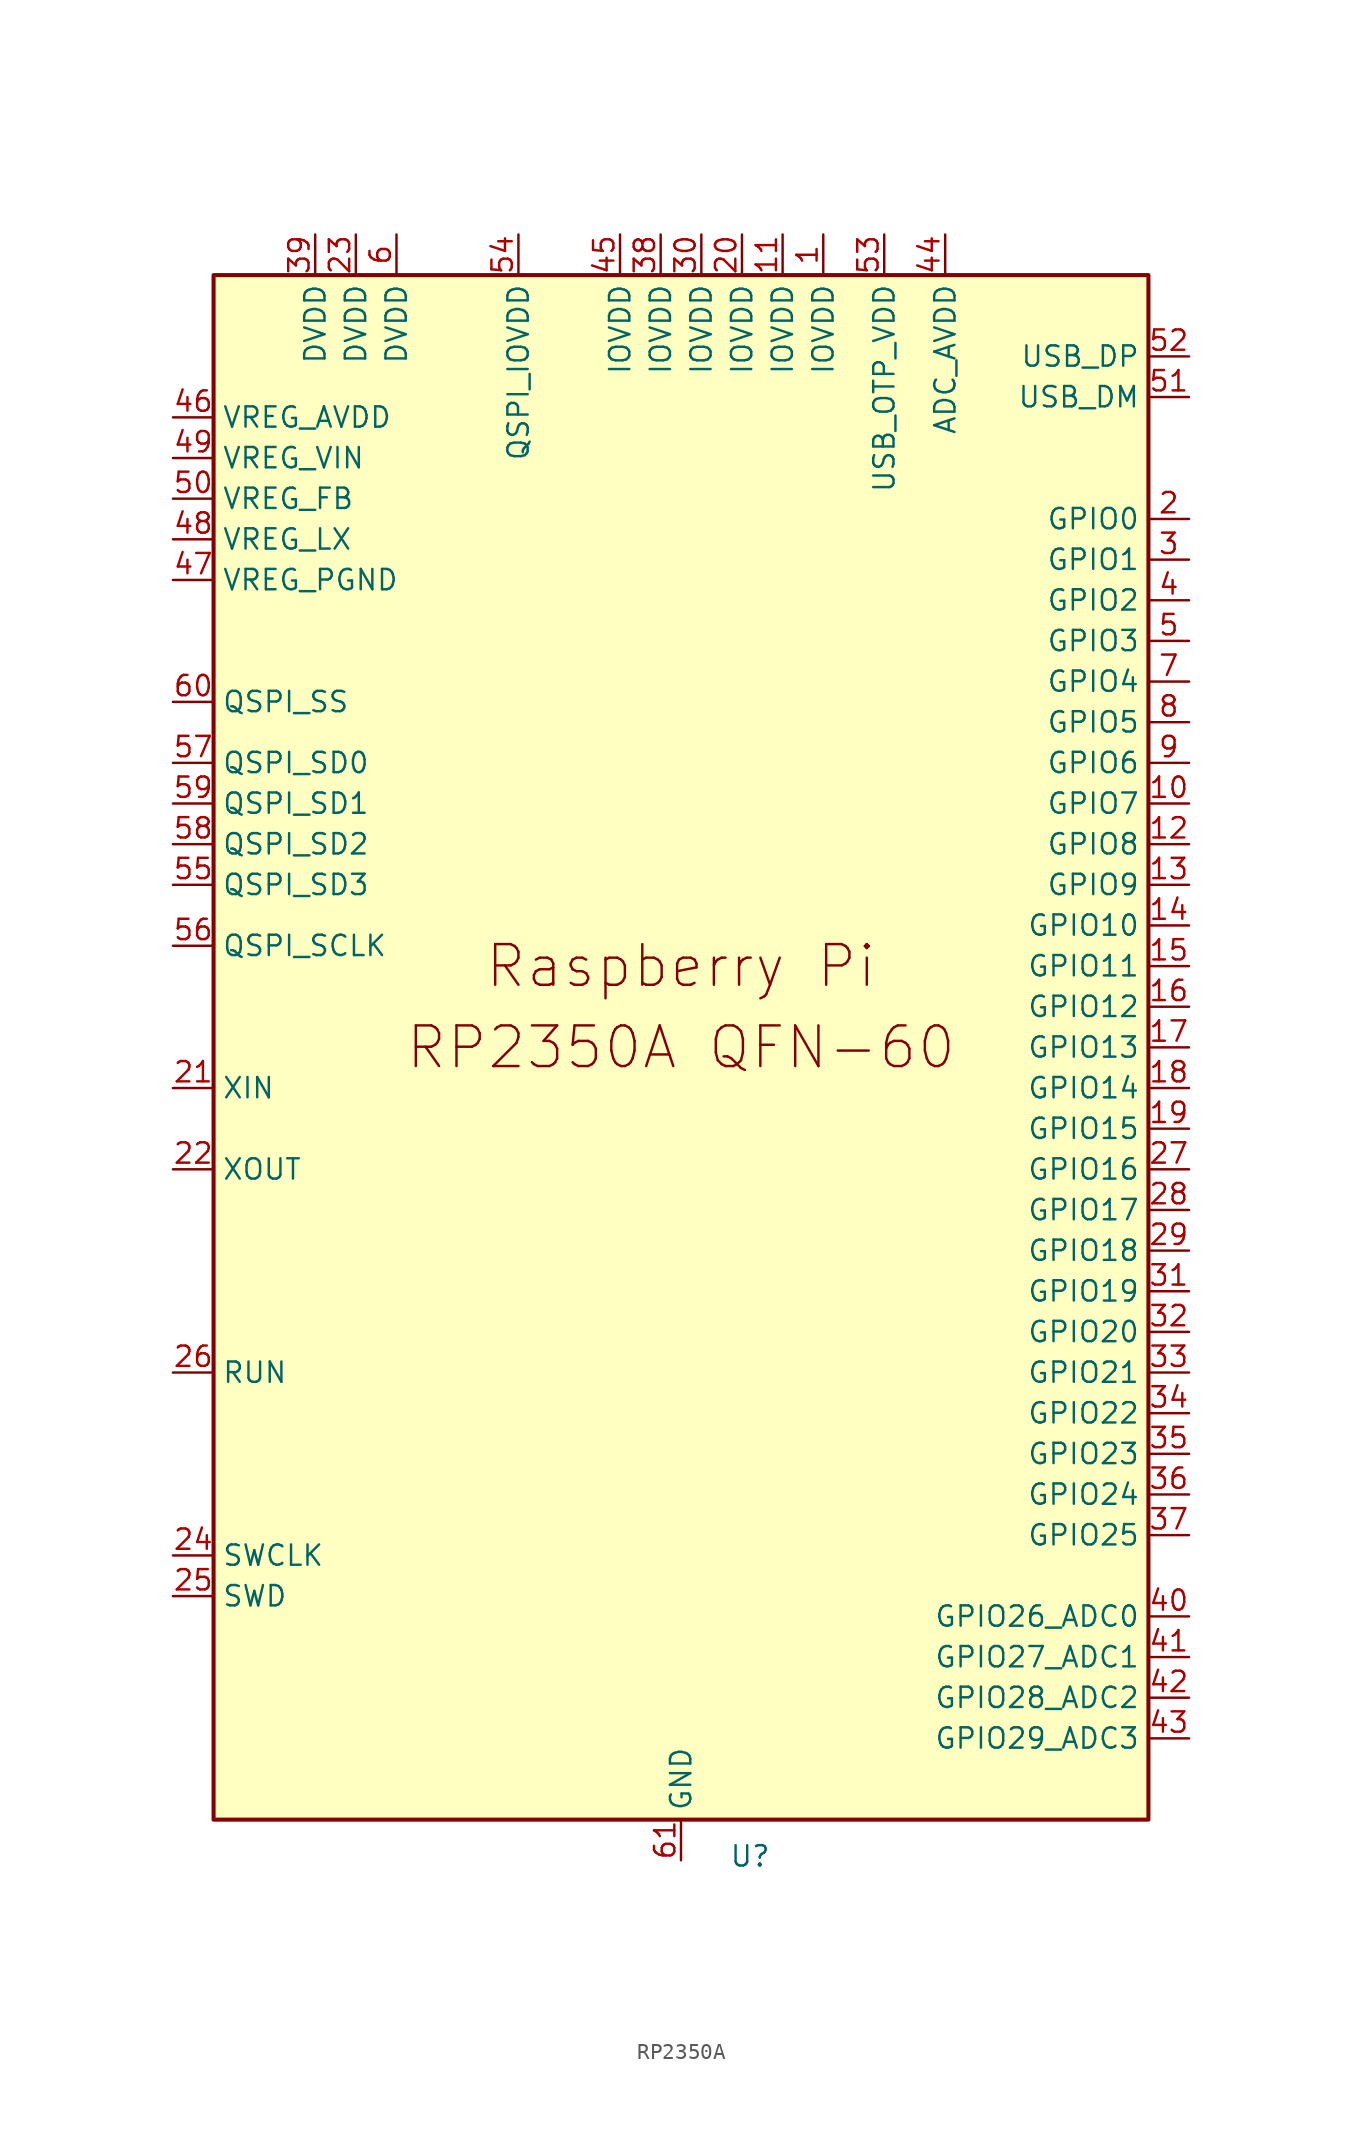
<source format=kicad_sym>
(kicad_symbol_lib
  (version 20241209)
  (generator "kicad_symbol_editor")
  (generator_version "9.0")
  (symbol "RP2350A"
    (property "Reference" "U"
      (at 4.318 -50.546 0)
      (effects (font (size 1.27 1.27))))
    (property "Value" ""
      (at 0 0 0)
      (effects (font (size 1.27 1.27))))
    (symbol "RP2350A_0_0"
      (text "Raspberry Pi" (at 0 5.08 0) (effects (font (size 2.54 2.54)))))
    (symbol "RP2350A_0_1"
      (rectangle (start 29.21 48.26) (end -29.21 -48.26) (stroke (width 0.254) (type default)) (fill (type background))))
    (symbol "RP2350A_1_0"
      (text "RP2350A QFN-60" (at 0 0 0) (effects (font (size 2.54 2.54)))))
    (symbol "RP2350A_1_1"
      (pin power_in line (at -31.75 39.37 0) (length 2.54) (name "VREG_AVDD" (effects (font (size 1.27 1.27)))) (number "46" (effects (font (size 1.27 1.27)))))
      (pin power_in line (at -31.75 36.83 0) (length 2.54) (name "VREG_VIN" (effects (font (size 1.27 1.27)))) (number "49" (effects (font (size 1.27 1.27)))))
      (pin input line (at -31.75 34.29 0) (length 2.54) (name "VREG_FB" (effects (font (size 1.27 1.27)))) (number "50" (effects (font (size 1.27 1.27)))))
      (pin power_out line (at -31.75 31.75 0) (length 2.54) (name "VREG_LX" (effects (font (size 1.27 1.27)))) (number "48" (effects (font (size 1.27 1.27)))))
      (pin power_in line (at -31.75 29.21 0) (length 2.54) (name "VREG_PGND" (effects (font (size 1.27 1.27)))) (number "47" (effects (font (size 1.27 1.27)))))
      (pin bidirectional line (at -31.75 21.59 0) (length 2.54) (name "QSPI_SS" (effects (font (size 1.27 1.27)))) (number "60" (effects (font (size 1.27 1.27)))))
      (pin bidirectional line (at -31.75 17.78 0) (length 2.54) (name "QSPI_SD0" (effects (font (size 1.27 1.27)))) (number "57" (effects (font (size 1.27 1.27)))))
      (pin bidirectional line (at -31.75 15.24 0) (length 2.54) (name "QSPI_SD1" (effects (font (size 1.27 1.27)))) (number "59" (effects (font (size 1.27 1.27)))))
      (pin bidirectional line (at -31.75 12.7 0) (length 2.54) (name "QSPI_SD2" (effects (font (size 1.27 1.27)))) (number "58" (effects (font (size 1.27 1.27)))))
      (pin bidirectional line (at -31.75 10.16 0) (length 2.54) (name "QSPI_SD3" (effects (font (size 1.27 1.27)))) (number "55" (effects (font (size 1.27 1.27)))))
      (pin output line (at -31.75 6.35 0) (length 2.54) (name "QSPI_SCLK" (effects (font (size 1.27 1.27)))) (number "56" (effects (font (size 1.27 1.27)))))
      (pin input line (at -31.75 -2.54 0) (length 2.54) (name "XIN" (effects (font (size 1.27 1.27)))) (number "21" (effects (font (size 1.27 1.27)))))
      (pin passive line (at -31.75 -7.62 0) (length 2.54) (name "XOUT" (effects (font (size 1.27 1.27)))) (number "22" (effects (font (size 1.27 1.27)))))
      (pin input line (at -31.75 -20.32 0) (length 2.54) (name "RUN" (effects (font (size 1.27 1.27)))) (number "26" (effects (font (size 1.27 1.27)))))
      (pin output line (at -31.75 -31.75 0) (length 2.54) (name "SWCLK" (effects (font (size 1.27 1.27)))) (number "24" (effects (font (size 1.27 1.27)))))
      (pin bidirectional line (at -31.75 -34.29 0) (length 2.54) (name "SWD" (effects (font (size 1.27 1.27)))) (number "25" (effects (font (size 1.27 1.27)))))
      (pin power_in line (at -22.86 50.8 270) (length 2.54) (name "DVDD" (effects (font (size 1.27 1.27)))) (number "39" (effects (font (size 1.27 1.27)))))
      (pin power_in line (at -20.32 50.8 270) (length 2.54) (name "DVDD" (effects (font (size 1.27 1.27)))) (number "23" (effects (font (size 1.27 1.27)))))
      (pin power_in line (at -17.78 50.8 270) (length 2.54) (name "DVDD" (effects (font (size 1.27 1.27)))) (number "6" (effects (font (size 1.27 1.27)))))
      (pin power_in line (at -10.16 50.8 270) (length 2.54) (name "QSPI_IOVDD" (effects (font (size 1.27 1.27)))) (number "54" (effects (font (size 1.27 1.27)))))
      (pin power_in line (at -3.81 50.8 270) (length 2.54) (name "IOVDD" (effects (font (size 1.27 1.27)))) (number "45" (effects (font (size 1.27 1.27)))))
      (pin power_in line (at -1.27 50.8 270) (length 2.54) (name "IOVDD" (effects (font (size 1.27 1.27)))) (number "38" (effects (font (size 1.27 1.27)))))
      (pin power_in line (at 0 -50.8 90) (length 2.54) (name "GND" (effects (font (size 1.27 1.27)))) (number "61" (effects (font (size 1.27 1.27)))))
      (pin power_in line (at 1.27 50.8 270) (length 2.54) (name "IOVDD" (effects (font (size 1.27 1.27)))) (number "30" (effects (font (size 1.27 1.27)))))
      (pin power_in line (at 3.81 50.8 270) (length 2.54) (name "IOVDD" (effects (font (size 1.27 1.27)))) (number "20" (effects (font (size 1.27 1.27)))))
      (pin power_in line (at 6.35 50.8 270) (length 2.54) (name "IOVDD" (effects (font (size 1.27 1.27)))) (number "11" (effects (font (size 1.27 1.27)))))
      (pin power_in line (at 8.89 50.8 270) (length 2.54) (name "IOVDD" (effects (font (size 1.27 1.27)))) (number "1" (effects (font (size 1.27 1.27)))))
      (pin power_in line (at 12.7 50.8 270) (length 2.54) (name "USB_OTP_VDD" (effects (font (size 1.27 1.27)))) (number "53" (effects (font (size 1.27 1.27)))))
      (pin power_in line (at 16.51 50.8 270) (length 2.54) (name "ADC_AVDD" (effects (font (size 1.27 1.27)))) (number "44" (effects (font (size 1.27 1.27)))))
      (pin bidirectional line (at 31.75 43.18 180) (length 2.54) (name "USB_DP" (effects (font (size 1.27 1.27)))) (number "52" (effects (font (size 1.27 1.27)))))
      (pin bidirectional line (at 31.75 40.64 180) (length 2.54) (name "USB_DM" (effects (font (size 1.27 1.27)))) (number "51" (effects (font (size 1.27 1.27)))))
      (pin bidirectional line (at 31.75 33.02 180) (length 2.54) (name "GPIO0" (effects (font (size 1.27 1.27)))) (number "2" (effects (font (size 1.27 1.27)))))
      (pin bidirectional line (at 31.75 30.48 180) (length 2.54) (name "GPIO1" (effects (font (size 1.27 1.27)))) (number "3" (effects (font (size 1.27 1.27)))))
      (pin bidirectional line (at 31.75 27.94 180) (length 2.54) (name "GPIO2" (effects (font (size 1.27 1.27)))) (number "4" (effects (font (size 1.27 1.27)))))
      (pin bidirectional line (at 31.75 25.4 180) (length 2.54) (name "GPIO3" (effects (font (size 1.27 1.27)))) (number "5" (effects (font (size 1.27 1.27)))))
      (pin bidirectional line (at 31.75 22.86 180) (length 2.54) (name "GPIO4" (effects (font (size 1.27 1.27)))) (number "7" (effects (font (size 1.27 1.27)))))
      (pin bidirectional line (at 31.75 20.32 180) (length 2.54) (name "GPIO5" (effects (font (size 1.27 1.27)))) (number "8" (effects (font (size 1.27 1.27)))))
      (pin bidirectional line (at 31.75 17.78 180) (length 2.54) (name "GPIO6" (effects (font (size 1.27 1.27)))) (number "9" (effects (font (size 1.27 1.27)))))
      (pin bidirectional line (at 31.75 15.24 180) (length 2.54) (name "GPIO7" (effects (font (size 1.27 1.27)))) (number "10" (effects (font (size 1.27 1.27)))))
      (pin bidirectional line (at 31.75 12.7 180) (length 2.54) (name "GPIO8" (effects (font (size 1.27 1.27)))) (number "12" (effects (font (size 1.27 1.27)))))
      (pin bidirectional line (at 31.75 10.16 180) (length 2.54) (name "GPIO9" (effects (font (size 1.27 1.27)))) (number "13" (effects (font (size 1.27 1.27)))))
      (pin bidirectional line (at 31.75 7.62 180) (length 2.54) (name "GPIO10" (effects (font (size 1.27 1.27)))) (number "14" (effects (font (size 1.27 1.27)))))
      (pin bidirectional line (at 31.75 5.08 180) (length 2.54) (name "GPIO11" (effects (font (size 1.27 1.27)))) (number "15" (effects (font (size 1.27 1.27)))))
      (pin bidirectional line (at 31.75 2.54 180) (length 2.54) (name "GPIO12" (effects (font (size 1.27 1.27)))) (number "16" (effects (font (size 1.27 1.27)))))
      (pin bidirectional line (at 31.75 0 180) (length 2.54) (name "GPIO13" (effects (font (size 1.27 1.27)))) (number "17" (effects (font (size 1.27 1.27)))))
      (pin bidirectional line (at 31.75 -2.54 180) (length 2.54) (name "GPIO14" (effects (font (size 1.27 1.27)))) (number "18" (effects (font (size 1.27 1.27)))))
      (pin bidirectional line (at 31.75 -5.08 180) (length 2.54) (name "GPIO15" (effects (font (size 1.27 1.27)))) (number "19" (effects (font (size 1.27 1.27)))))
      (pin bidirectional line (at 31.75 -7.62 180) (length 2.54) (name "GPIO16" (effects (font (size 1.27 1.27)))) (number "27" (effects (font (size 1.27 1.27)))))
      (pin bidirectional line (at 31.75 -10.16 180) (length 2.54) (name "GPIO17" (effects (font (size 1.27 1.27)))) (number "28" (effects (font (size 1.27 1.27)))))
      (pin bidirectional line (at 31.75 -12.7 180) (length 2.54) (name "GPIO18" (effects (font (size 1.27 1.27)))) (number "29" (effects (font (size 1.27 1.27)))))
      (pin bidirectional line (at 31.75 -15.24 180) (length 2.54) (name "GPIO19" (effects (font (size 1.27 1.27)))) (number "31" (effects (font (size 1.27 1.27)))))
      (pin bidirectional line (at 31.75 -17.78 180) (length 2.54) (name "GPIO20" (effects (font (size 1.27 1.27)))) (number "32" (effects (font (size 1.27 1.27)))))
      (pin bidirectional line (at 31.75 -20.32 180) (length 2.54) (name "GPIO21" (effects (font (size 1.27 1.27)))) (number "33" (effects (font (size 1.27 1.27)))))
      (pin bidirectional line (at 31.75 -22.86 180) (length 2.54) (name "GPIO22" (effects (font (size 1.27 1.27)))) (number "34" (effects (font (size 1.27 1.27)))))
      (pin bidirectional line (at 31.75 -25.4 180) (length 2.54) (name "GPIO23" (effects (font (size 1.27 1.27)))) (number "35" (effects (font (size 1.27 1.27)))))
      (pin bidirectional line (at 31.75 -27.94 180) (length 2.54) (name "GPIO24" (effects (font (size 1.27 1.27)))) (number "36" (effects (font (size 1.27 1.27)))))
      (pin bidirectional line (at 31.75 -30.48 180) (length 2.54) (name "GPIO25" (effects (font (size 1.27 1.27)))) (number "37" (effects (font (size 1.27 1.27)))))
      (pin bidirectional line (at 31.75 -35.56 180) (length 2.54) (name "GPIO26_ADC0" (effects (font (size 1.27 1.27)))) (number "40" (effects (font (size 1.27 1.27)))))
      (pin bidirectional line (at 31.75 -38.1 180) (length 2.54) (name "GPIO27_ADC1" (effects (font (size 1.27 1.27)))) (number "41" (effects (font (size 1.27 1.27)))))
      (pin bidirectional line (at 31.75 -40.64 180) (length 2.54) (name "GPIO28_ADC2" (effects (font (size 1.27 1.27)))) (number "42" (effects (font (size 1.27 1.27)))))
      (pin bidirectional line (at 31.75 -43.18 180) (length 2.54) (name "GPIO29_ADC3" (effects (font (size 1.27 1.27)))) (number "43" (effects (font (size 1.27 1.27))))))))
</source>
